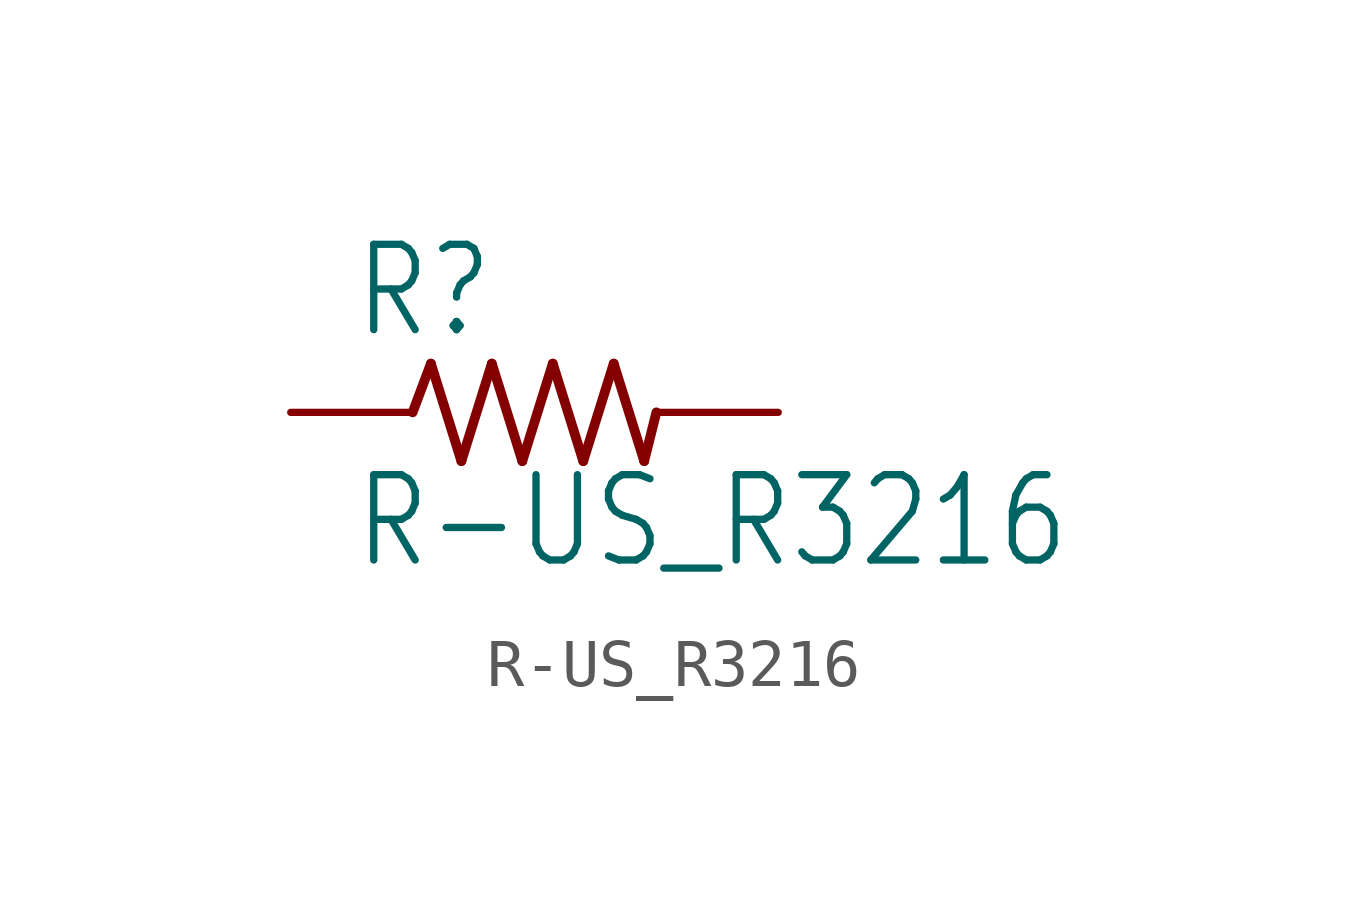
<source format=kicad_sym>
(kicad_symbol_lib
  (version 20211014)
  (generator kicad_symbol_editor)
  (symbol "R-US_R3216"
    (property "Reference" "R"
      (at -3.81 1.499 0)
      (effects (font (size 1.778 1.511)) (justify left bottom)))
    (property "Value" "R-US_R3216"
      (at -3.81 -3.302 0)
      (effects (font (size 1.778 1.511)) (justify left bottom)))
    (property "ki_locked" ""
      (at 0 0 0)
      (effects (font (size 1.27 1.27))))
    (symbol "R-US_R3216_1_0"
      (polyline (pts (xy -2.54 0) (xy -2.159 1.016)) (stroke (width 0.203) (type default) (color 0 0 0 0)) (fill (type none)))
      (polyline (pts (xy -2.159 1.016) (xy -1.524 -1.016)) (stroke (width 0.203) (type default) (color 0 0 0 0)) (fill (type none)))
      (polyline (pts (xy -1.524 -1.016) (xy -0.889 1.016)) (stroke (width 0.203) (type default) (color 0 0 0 0)) (fill (type none)))
      (polyline (pts (xy -0.889 1.016) (xy -0.254 -1.016)) (stroke (width 0.203) (type default) (color 0 0 0 0)) (fill (type none)))
      (polyline (pts (xy -0.254 -1.016) (xy 0.381 1.016)) (stroke (width 0.203) (type default) (color 0 0 0 0)) (fill (type none)))
      (polyline (pts (xy 0.381 1.016) (xy 1.016 -1.016)) (stroke (width 0.203) (type default) (color 0 0 0 0)) (fill (type none)))
      (polyline (pts (xy 1.016 -1.016) (xy 1.651 1.016)) (stroke (width 0.203) (type default) (color 0 0 0 0)) (fill (type none)))
      (polyline (pts (xy 1.651 1.016) (xy 2.286 -1.016)) (stroke (width 0.203) (type default) (color 0 0 0 0)) (fill (type none)))
      (polyline (pts (xy 2.286 -1.016) (xy 2.54 0)) (stroke (width 0.203) (type default) (color 0 0 0 0)) (fill (type none)))
      (pin passive line (at -5.08 0 0) (length 2.54) (name "1" (effects (font (size 0 0)))) (number "1" (effects (font (size 0 0)))))
      (pin passive line (at 5.08 0 180) (length 2.54) (name "2" (effects (font (size 0 0)))) (number "2" (effects (font (size 0 0))))))))
</source>
